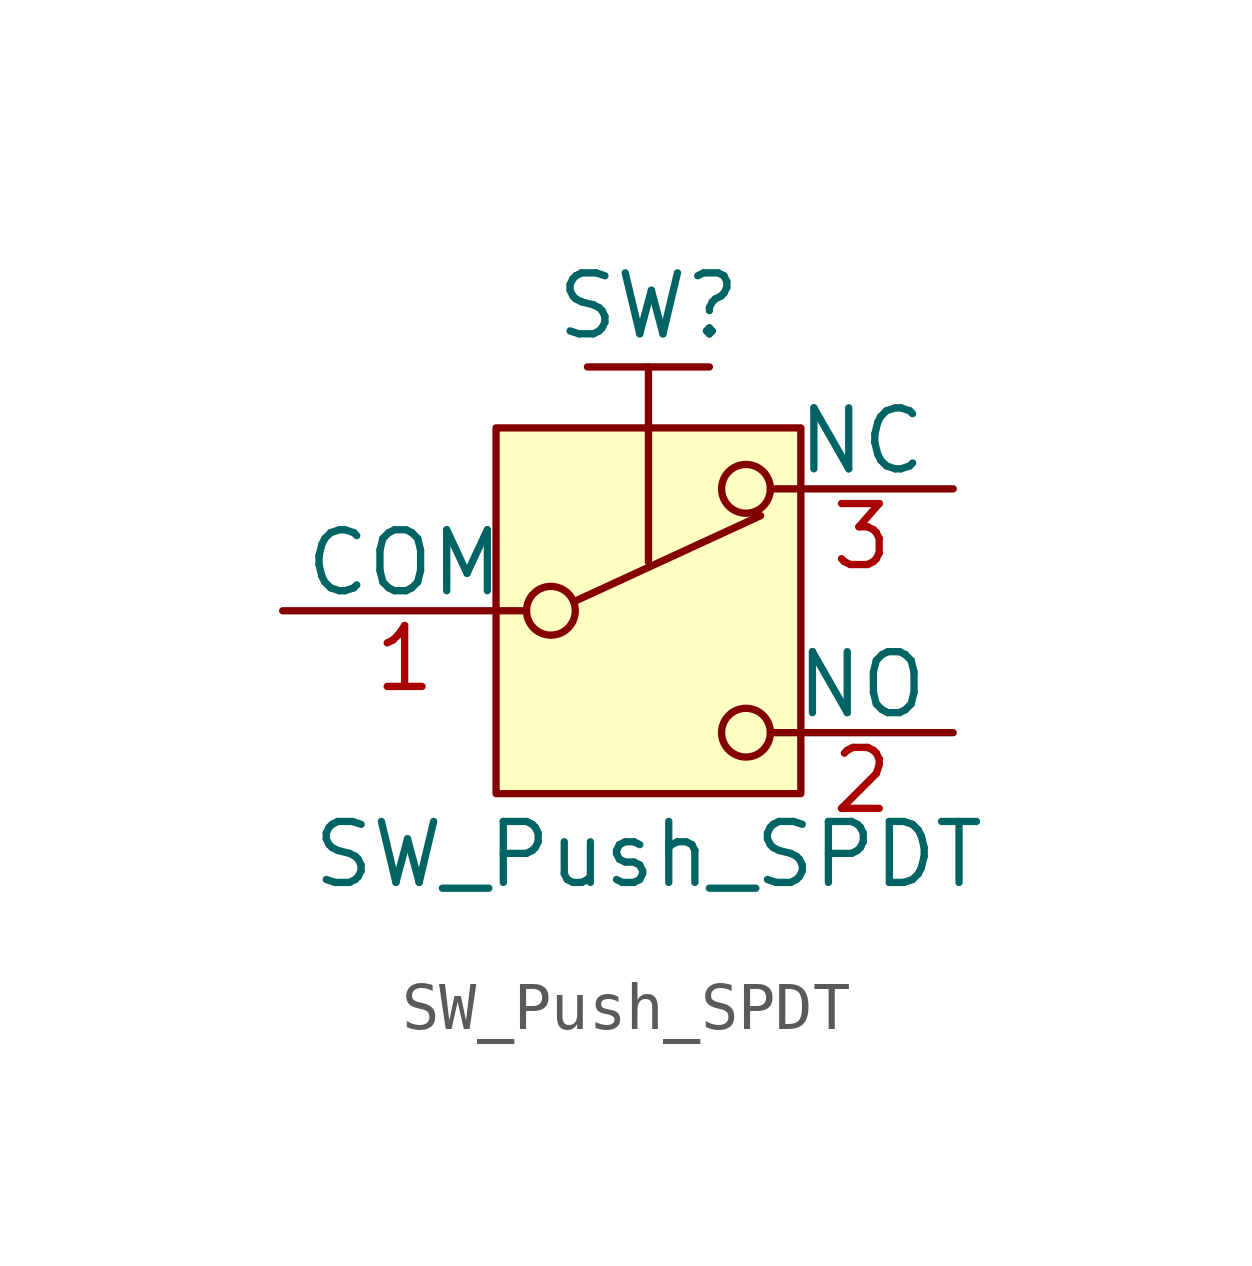
<source format=kicad_sym>
(kicad_symbol_lib
  (version 20231120)
  (generator "kicad_symbol_editor")
  (generator_version "8.0")
  (symbol "SW_Push_SPDT"
    (pin_names
      (offset 0))
    (property "Reference" "SW"
      (at 0 6.35 0)
      (effects (font (size 1.27 1.27))))
    (property "Value" "SW_Push_SPDT"
      (at 0 -5.08 0)
      (effects (font (size 1.27 1.27))))
    (symbol "SW_Push_SPDT_0_0"
      (circle (center -2.032 0) (radius 0.508) (stroke (width 0) (type default)) (fill (type none)))
      (polyline (pts (xy 0 1.016) (xy 0 5.08)) (stroke (width 0) (type default)) (fill (type none)))
      (circle (center 2.032 -2.54) (radius 0.508) (stroke (width 0) (type default)) (fill (type none))))
    (symbol "SW_Push_SPDT_0_1"
      (polyline (pts (xy -1.524 0.203) (xy 2.337 1.981)) (stroke (width 0) (type default)) (fill (type none)))
      (circle (center 2.032 2.54) (radius 0.508) (stroke (width 0) (type default)) (fill (type none))))
    (symbol "SW_Push_SPDT_1_1"
      (rectangle (start -3.175 3.81) (end 3.175 -3.81) (stroke (width 0) (type default)) (fill (type background)))
      (polyline (pts (xy -1.27 5.08) (xy 1.27 5.08)) (stroke (width 0) (type default)) (fill (type none)))
      (pin passive line (at -7.62 0 0) (length 5.08) (name "COM" (effects (font (size 1.27 1.27)))) (number "1" (effects (font (size 1.27 1.27)))))
      (pin passive line (at 6.35 -2.54 180) (length 3.81) (name "NO" (effects (font (size 1.27 1.27)))) (number "2" (effects (font (size 1.27 1.27)))))
      (pin passive line (at 6.35 2.54 180) (length 3.81) (name "NC" (effects (font (size 1.27 1.27)))) (number "3" (effects (font (size 1.27 1.27))))))))
</source>
